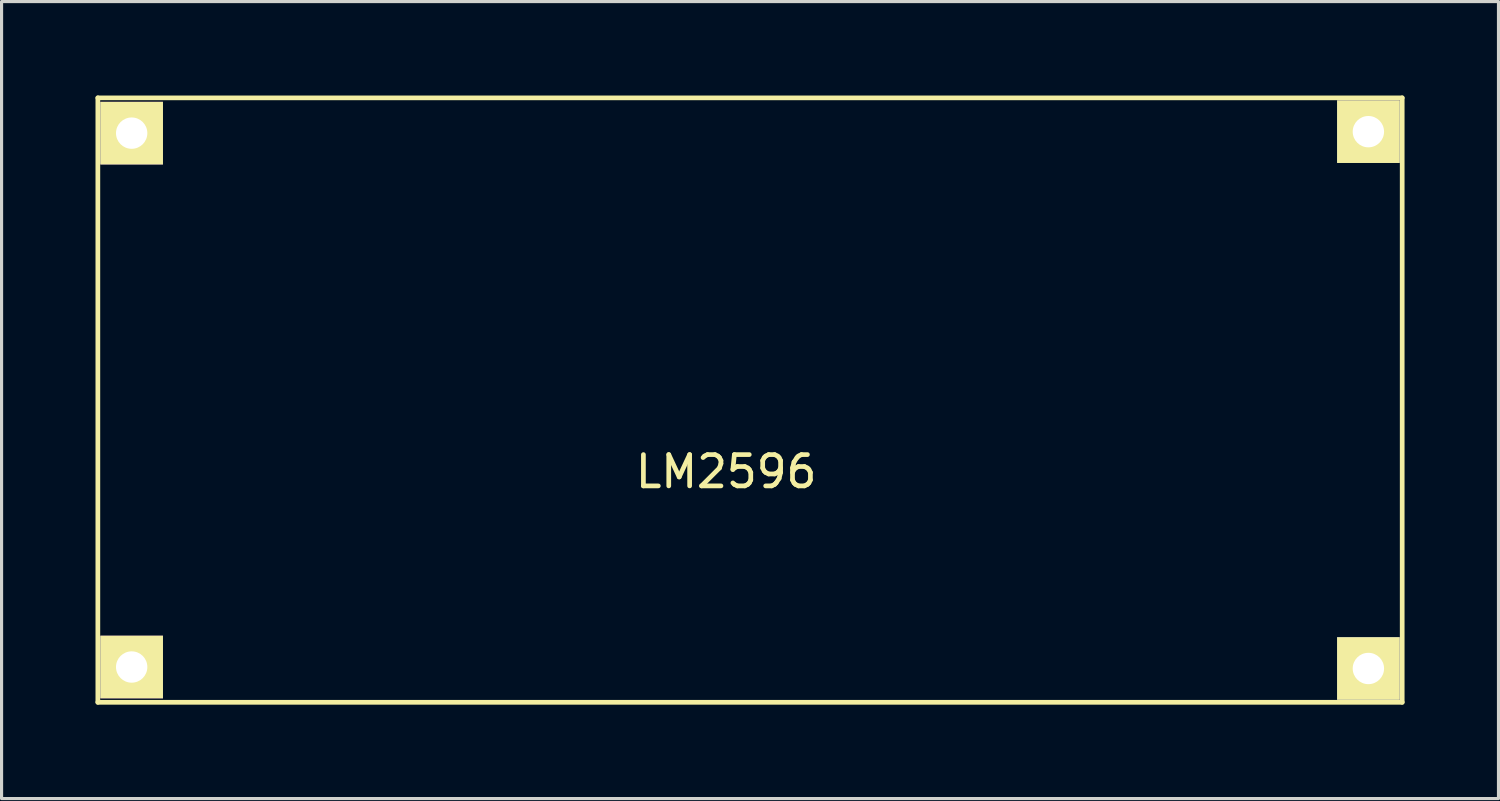
<source format=kicad_pcb>
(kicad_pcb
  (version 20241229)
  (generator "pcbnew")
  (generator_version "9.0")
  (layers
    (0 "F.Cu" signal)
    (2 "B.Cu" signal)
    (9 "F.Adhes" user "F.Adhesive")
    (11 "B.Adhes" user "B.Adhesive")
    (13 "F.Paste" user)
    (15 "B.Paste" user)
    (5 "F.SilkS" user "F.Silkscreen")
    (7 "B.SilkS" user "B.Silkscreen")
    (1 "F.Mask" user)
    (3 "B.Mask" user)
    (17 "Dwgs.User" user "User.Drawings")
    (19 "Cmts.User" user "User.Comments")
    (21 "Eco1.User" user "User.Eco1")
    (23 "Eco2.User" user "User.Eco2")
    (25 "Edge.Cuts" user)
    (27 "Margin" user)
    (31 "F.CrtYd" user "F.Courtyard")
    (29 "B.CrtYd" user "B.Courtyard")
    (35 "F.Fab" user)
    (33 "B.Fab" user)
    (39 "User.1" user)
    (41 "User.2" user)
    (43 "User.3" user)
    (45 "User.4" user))
  (footprint "LM2596"
    (layer "F.Cu")
    (at 20.903 9.727)
    (property "Reference" "LM2596" (at -0.762 2.286 0) (layer "F.SilkS") (effects (font (size 1 1) (thickness 0.15))))
    (attr through_hole)
    (fp_line (start -20.828 -9.652) (end 20.828 -9.652) (stroke (width 0.15) (type solid)) (layer "F.SilkS"))
    (fp_line (start -20.828 9.652) (end -20.828 -9.652) (stroke (width 0.15) (type solid)) (layer "F.SilkS"))
    (fp_line (start 20.828 -9.652) (end 20.828 9.652) (stroke (width 0.15) (type solid)) (layer "F.SilkS"))
    (fp_line (start 20.828 9.652) (end -20.828 9.652) (stroke (width 0.15) (type solid)) (layer "F.SilkS"))
    (pad "1" thru_hole rect (at -19.748 -8.525) (size 1.999 1.999) (drill 1.001) (layers "*.Cu" "*.Mask" "F.SilkS"))
    (pad "2" thru_hole rect (at 19.748 -8.572) (size 1.999 1.999) (drill 1.001) (layers "*.Cu" "*.Mask" "F.SilkS"))
    (pad "3" thru_hole rect (at -19.748 8.525) (size 1.999 1.999) (drill 1.001) (layers "*.Cu" "*.Mask" "F.SilkS"))
    (pad "4" thru_hole rect (at 19.748 8.572) (size 1.999 1.999) (drill 1.001) (layers "*.Cu" "*.Mask" "F.SilkS")))
  (gr_rect
    (start -3 -3)
    (end 44.806 22.454)
    (stroke (width 0.1) (type default))
    (fill no)
    (layer "Edge.Cuts")))
</source>
